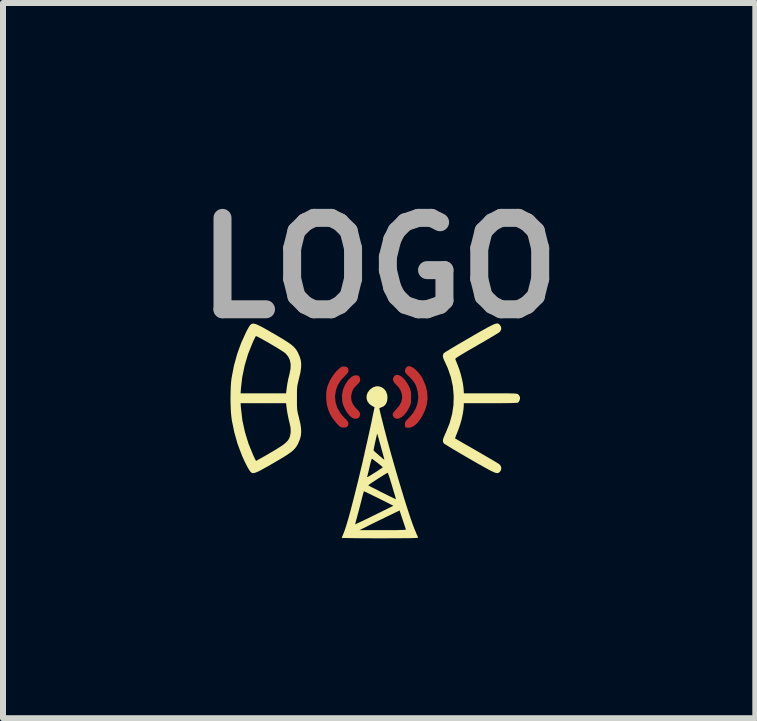
<source format=kicad_pcb>
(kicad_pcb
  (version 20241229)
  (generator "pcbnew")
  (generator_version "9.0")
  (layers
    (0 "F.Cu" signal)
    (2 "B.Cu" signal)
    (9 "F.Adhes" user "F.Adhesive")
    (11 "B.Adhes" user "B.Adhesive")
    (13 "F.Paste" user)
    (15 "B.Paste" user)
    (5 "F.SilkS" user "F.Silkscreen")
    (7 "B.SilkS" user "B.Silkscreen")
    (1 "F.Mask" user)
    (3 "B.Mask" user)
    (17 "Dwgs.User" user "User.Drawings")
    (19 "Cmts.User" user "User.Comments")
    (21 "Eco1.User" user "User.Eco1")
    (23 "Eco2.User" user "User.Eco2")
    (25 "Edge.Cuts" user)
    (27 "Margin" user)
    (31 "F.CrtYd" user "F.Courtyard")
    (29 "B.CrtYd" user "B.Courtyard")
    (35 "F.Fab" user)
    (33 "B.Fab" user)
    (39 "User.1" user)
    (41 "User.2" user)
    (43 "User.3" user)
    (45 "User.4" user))
  (footprint "LOGO"
    (layer "F.Cu")
    (at 3.198 4.043)
    (property "Reference" "LOGO" (at 0.075 -2.625 0) (layer "F.Fab") (effects (font (size 1.524 1.524) (thickness 0.3))))
    (attr board_only exclude_from_pos_files)
    (fp_poly (pts (xy -0.273 -0.829) (xy -0.252 -0.809) (xy -0.243 -0.775) (xy -0.243 -0.765) (xy -0.244 -0.742) (xy -0.251 -0.724) (xy -0.265 -0.705) (xy -0.292 -0.679) (xy -0.296 -0.675) (xy -0.346 -0.62) (xy -0.377 -0.561) (xy -0.391 -0.497) (xy -0.393 -0.471) (xy -0.386 -0.411) (xy -0.364 -0.355) (xy -0.325 -0.3) (xy -0.295 -0.269) (xy -0.267 -0.241) (xy -0.251 -0.219) (xy -0.244 -0.2) (xy -0.243 -0.184) (xy -0.251 -0.147) (xy -0.272 -0.122) (xy -0.303 -0.109) (xy -0.34 -0.111) (xy -0.376 -0.126) (xy -0.417 -0.16) (xy -0.458 -0.209) (xy -0.493 -0.267) (xy -0.522 -0.329) (xy -0.54 -0.391) (xy -0.542 -0.408) (xy -0.546 -0.501) (xy -0.53 -0.59) (xy -0.496 -0.673) (xy -0.445 -0.751) (xy -0.429 -0.769) (xy -0.388 -0.807) (xy -0.348 -0.829) (xy -0.307 -0.835)) (stroke (width 0) (type solid)) (fill yes) (layer "F.Cu"))
    (fp_poly (pts (xy 0.401 -0.838) (xy 0.438 -0.819) (xy 0.477 -0.788) (xy 0.515 -0.744) (xy 0.551 -0.689) (xy 0.572 -0.651) (xy 0.587 -0.617) (xy 0.597 -0.591) (xy 0.603 -0.566) (xy 0.606 -0.535) (xy 0.607 -0.494) (xy 0.607 -0.471) (xy 0.606 -0.422) (xy 0.604 -0.386) (xy 0.6 -0.359) (xy 0.592 -0.334) (xy 0.581 -0.308) (xy 0.538 -0.231) (xy 0.491 -0.171) (xy 0.448 -0.136) (xy 0.405 -0.113) (xy 0.368 -0.108) (xy 0.336 -0.121) (xy 0.325 -0.131) (xy 0.305 -0.157) (xy 0.3 -0.184) (xy 0.311 -0.213) (xy 0.339 -0.248) (xy 0.359 -0.268) (xy 0.411 -0.328) (xy 0.444 -0.392) (xy 0.459 -0.456) (xy 0.454 -0.521) (xy 0.431 -0.585) (xy 0.39 -0.646) (xy 0.359 -0.677) (xy 0.324 -0.714) (xy 0.307 -0.748) (xy 0.306 -0.781) (xy 0.315 -0.804) (xy 0.337 -0.832) (xy 0.366 -0.842)) (stroke (width 0) (type solid)) (fill yes) (layer "F.Cu"))
    (fp_poly (pts (xy -0.473 -0.975) (xy -0.448 -0.957) (xy -0.438 -0.926) (xy -0.437 -0.913) (xy -0.439 -0.895) (xy -0.448 -0.877) (xy -0.466 -0.855) (xy -0.496 -0.825) (xy -0.499 -0.822) (xy -0.567 -0.747) (xy -0.616 -0.669) (xy -0.646 -0.586) (xy -0.66 -0.497) (xy -0.66 -0.47) (xy -0.651 -0.379) (xy -0.622 -0.292) (xy -0.576 -0.209) (xy -0.511 -0.132) (xy -0.494 -0.115) (xy -0.464 -0.084) (xy -0.446 -0.061) (xy -0.438 -0.042) (xy -0.437 -0.033) (xy -0.444 0.005) (xy -0.465 0.028) (xy -0.499 0.038) (xy -0.508 0.038) (xy -0.539 0.035) (xy -0.566 0.028) (xy -0.57 0.026) (xy -0.595 0.007) (xy -0.627 -0.025) (xy -0.661 -0.065) (xy -0.694 -0.108) (xy -0.723 -0.151) (xy -0.744 -0.189) (xy -0.777 -0.268) (xy -0.797 -0.343) (xy -0.807 -0.422) (xy -0.809 -0.485) (xy -0.807 -0.539) (xy -0.803 -0.582) (xy -0.795 -0.621) (xy -0.782 -0.665) (xy -0.781 -0.669) (xy -0.75 -0.742) (xy -0.705 -0.817) (xy -0.652 -0.887) (xy -0.601 -0.94) (xy -0.573 -0.963) (xy -0.551 -0.976) (xy -0.527 -0.98) (xy -0.513 -0.981)) (stroke (width 0) (type solid)) (fill yes) (layer "F.Cu"))
    (fp_poly (pts (xy 0.6 -0.981) (xy 0.601 -0.981) (xy 0.638 -0.963) (xy 0.68 -0.931) (xy 0.722 -0.888) (xy 0.763 -0.837) (xy 0.798 -0.781) (xy 0.803 -0.77) (xy 0.849 -0.664) (xy 0.875 -0.557) (xy 0.882 -0.451) (xy 0.869 -0.346) (xy 0.837 -0.243) (xy 0.786 -0.142) (xy 0.767 -0.112) (xy 0.72 -0.05) (xy 0.677 -0.005) (xy 0.633 0.023) (xy 0.589 0.037) (xy 0.562 0.039) (xy 0.534 0.038) (xy 0.515 0.034) (xy 0.511 0.032) (xy 0.507 0.019) (xy 0.505 -0.005) (xy 0.505 -0.017) (xy 0.506 -0.038) (xy 0.51 -0.055) (xy 0.521 -0.073) (xy 0.541 -0.095) (xy 0.572 -0.126) (xy 0.572 -0.126) (xy 0.638 -0.202) (xy 0.686 -0.285) (xy 0.716 -0.372) (xy 0.727 -0.462) (xy 0.72 -0.553) (xy 0.695 -0.645) (xy 0.674 -0.692) (xy 0.652 -0.726) (xy 0.62 -0.766) (xy 0.581 -0.807) (xy 0.576 -0.812) (xy 0.543 -0.844) (xy 0.522 -0.866) (xy 0.511 -0.883) (xy 0.506 -0.898) (xy 0.506 -0.915) (xy 0.507 -0.918) (xy 0.516 -0.952) (xy 0.535 -0.973) (xy 0.554 -0.985) (xy 0.572 -0.987)) (stroke (width 0) (type solid)) (fill yes) (layer "F.Cu"))
    (fp_poly (pts (xy -0.273 -0.829) (xy -0.252 -0.809) (xy -0.243 -0.775) (xy -0.243 -0.765) (xy -0.244 -0.742) (xy -0.251 -0.724) (xy -0.265 -0.705) (xy -0.292 -0.679) (xy -0.296 -0.675) (xy -0.346 -0.62) (xy -0.377 -0.561) (xy -0.391 -0.497) (xy -0.393 -0.471) (xy -0.386 -0.411) (xy -0.364 -0.355) (xy -0.325 -0.3) (xy -0.295 -0.269) (xy -0.267 -0.241) (xy -0.251 -0.219) (xy -0.244 -0.2) (xy -0.243 -0.184) (xy -0.251 -0.147) (xy -0.272 -0.122) (xy -0.303 -0.109) (xy -0.34 -0.111) (xy -0.376 -0.126) (xy -0.417 -0.16) (xy -0.458 -0.209) (xy -0.493 -0.267) (xy -0.522 -0.329) (xy -0.54 -0.391) (xy -0.542 -0.408) (xy -0.546 -0.501) (xy -0.53 -0.59) (xy -0.496 -0.673) (xy -0.445 -0.751) (xy -0.429 -0.769) (xy -0.388 -0.807) (xy -0.348 -0.829) (xy -0.307 -0.835)) (stroke (width 0) (type solid)) (fill yes) (layer "F.Mask"))
    (fp_poly (pts (xy 0.401 -0.838) (xy 0.438 -0.819) (xy 0.477 -0.788) (xy 0.515 -0.744) (xy 0.551 -0.689) (xy 0.572 -0.651) (xy 0.587 -0.617) (xy 0.597 -0.591) (xy 0.603 -0.566) (xy 0.606 -0.535) (xy 0.607 -0.494) (xy 0.607 -0.471) (xy 0.606 -0.422) (xy 0.604 -0.386) (xy 0.6 -0.359) (xy 0.592 -0.334) (xy 0.581 -0.308) (xy 0.538 -0.231) (xy 0.491 -0.171) (xy 0.448 -0.136) (xy 0.405 -0.113) (xy 0.368 -0.108) (xy 0.336 -0.121) (xy 0.325 -0.131) (xy 0.305 -0.157) (xy 0.3 -0.184) (xy 0.311 -0.213) (xy 0.339 -0.248) (xy 0.359 -0.268) (xy 0.411 -0.328) (xy 0.444 -0.392) (xy 0.459 -0.456) (xy 0.454 -0.521) (xy 0.431 -0.585) (xy 0.39 -0.646) (xy 0.359 -0.677) (xy 0.324 -0.714) (xy 0.307 -0.748) (xy 0.306 -0.781) (xy 0.315 -0.804) (xy 0.337 -0.832) (xy 0.366 -0.842)) (stroke (width 0) (type solid)) (fill yes) (layer "F.Mask"))
    (fp_poly (pts (xy -0.473 -0.975) (xy -0.448 -0.957) (xy -0.438 -0.926) (xy -0.437 -0.913) (xy -0.439 -0.895) (xy -0.448 -0.877) (xy -0.466 -0.855) (xy -0.496 -0.825) (xy -0.499 -0.822) (xy -0.567 -0.747) (xy -0.616 -0.669) (xy -0.646 -0.586) (xy -0.66 -0.497) (xy -0.66 -0.47) (xy -0.651 -0.379) (xy -0.622 -0.292) (xy -0.576 -0.209) (xy -0.511 -0.132) (xy -0.494 -0.115) (xy -0.464 -0.084) (xy -0.446 -0.061) (xy -0.438 -0.042) (xy -0.437 -0.033) (xy -0.444 0.005) (xy -0.465 0.028) (xy -0.499 0.038) (xy -0.508 0.038) (xy -0.539 0.035) (xy -0.566 0.028) (xy -0.57 0.026) (xy -0.595 0.007) (xy -0.627 -0.025) (xy -0.661 -0.065) (xy -0.694 -0.108) (xy -0.723 -0.151) (xy -0.744 -0.189) (xy -0.777 -0.268) (xy -0.797 -0.343) (xy -0.807 -0.422) (xy -0.809 -0.485) (xy -0.807 -0.539) (xy -0.803 -0.582) (xy -0.795 -0.621) (xy -0.782 -0.665) (xy -0.781 -0.669) (xy -0.75 -0.742) (xy -0.705 -0.817) (xy -0.652 -0.887) (xy -0.601 -0.94) (xy -0.573 -0.963) (xy -0.551 -0.976) (xy -0.527 -0.98) (xy -0.513 -0.981)) (stroke (width 0) (type solid)) (fill yes) (layer "F.Mask"))
    (fp_poly (pts (xy 0.6 -0.981) (xy 0.601 -0.981) (xy 0.638 -0.963) (xy 0.68 -0.931) (xy 0.722 -0.888) (xy 0.763 -0.837) (xy 0.798 -0.781) (xy 0.803 -0.77) (xy 0.849 -0.664) (xy 0.875 -0.557) (xy 0.882 -0.451) (xy 0.869 -0.346) (xy 0.837 -0.243) (xy 0.786 -0.142) (xy 0.767 -0.112) (xy 0.72 -0.05) (xy 0.677 -0.005) (xy 0.633 0.023) (xy 0.589 0.037) (xy 0.562 0.039) (xy 0.534 0.038) (xy 0.515 0.034) (xy 0.511 0.032) (xy 0.507 0.019) (xy 0.505 -0.005) (xy 0.505 -0.017) (xy 0.506 -0.038) (xy 0.51 -0.055) (xy 0.521 -0.073) (xy 0.541 -0.095) (xy 0.572 -0.126) (xy 0.572 -0.126) (xy 0.638 -0.202) (xy 0.686 -0.285) (xy 0.716 -0.372) (xy 0.727 -0.462) (xy 0.72 -0.553) (xy 0.695 -0.645) (xy 0.674 -0.692) (xy 0.652 -0.726) (xy 0.62 -0.766) (xy 0.581 -0.807) (xy 0.576 -0.812) (xy 0.543 -0.844) (xy 0.522 -0.866) (xy 0.511 -0.883) (xy 0.506 -0.898) (xy 0.506 -0.915) (xy 0.507 -0.918) (xy 0.516 -0.952) (xy 0.535 -0.973) (xy 0.554 -0.985) (xy 0.572 -0.987)) (stroke (width 0) (type solid)) (fill yes) (layer "F.Mask"))
    (fp_poly (pts (xy 2.06 -1.696) (xy 2.072 -1.69) (xy 2.082 -1.68) (xy 2.088 -1.675) (xy 2.108 -1.641) (xy 2.111 -1.604) (xy 2.095 -1.57) (xy 2.082 -1.555) (xy 2.067 -1.544) (xy 2.038 -1.526) (xy 1.995 -1.5) (xy 1.941 -1.468) (xy 1.879 -1.431) (xy 1.809 -1.39) (xy 1.733 -1.347) (xy 1.696 -1.325) (xy 1.602 -1.271) (xy 1.523 -1.225) (xy 1.461 -1.188) (xy 1.412 -1.158) (xy 1.377 -1.136) (xy 1.355 -1.12) (xy 1.345 -1.11) (xy 1.344 -1.107) (xy 1.35 -1.092) (xy 1.361 -1.064) (xy 1.375 -1.027) (xy 1.384 -1.006) (xy 1.411 -0.934) (xy 1.436 -0.852) (xy 1.457 -0.768) (xy 1.473 -0.688) (xy 1.482 -0.618) (xy 1.482 -0.615) (xy 1.488 -0.534) (xy 1.932 -0.534) (xy 2.036 -0.534) (xy 2.123 -0.534) (xy 2.193 -0.534) (xy 2.25 -0.533) (xy 2.294 -0.532) (xy 2.327 -0.531) (xy 2.352 -0.529) (xy 2.369 -0.527) (xy 2.38 -0.524) (xy 2.388 -0.521) (xy 2.394 -0.516) (xy 2.396 -0.514) (xy 2.414 -0.491) (xy 2.423 -0.47) (xy 2.424 -0.441) (xy 2.413 -0.409) (xy 2.396 -0.384) (xy 2.388 -0.378) (xy 2.374 -0.376) (xy 2.342 -0.374) (xy 2.294 -0.372) (xy 2.231 -0.371) (xy 2.154 -0.37) (xy 2.064 -0.369) (xy 1.964 -0.369) (xy 1.928 -0.369) (xy 1.486 -0.369) (xy 1.486 -0.327) (xy 1.481 -0.264) (xy 1.469 -0.188) (xy 1.451 -0.104) (xy 1.427 -0.018) (xy 1.398 0.067) (xy 1.372 0.134) (xy 1.357 0.17) (xy 1.347 0.198) (xy 1.341 0.215) (xy 1.341 0.218) (xy 1.35 0.223) (xy 1.374 0.237) (xy 1.411 0.259) (xy 1.46 0.287) (xy 1.519 0.321) (xy 1.586 0.359) (xy 1.659 0.401) (xy 1.704 0.427) (xy 1.781 0.472) (xy 1.853 0.514) (xy 1.919 0.552) (xy 1.976 0.586) (xy 2.024 0.614) (xy 2.059 0.636) (xy 2.079 0.649) (xy 2.084 0.653) (xy 2.106 0.684) (xy 2.112 0.72) (xy 2.103 0.755) (xy 2.08 0.783) (xy 2.069 0.79) (xy 2.057 0.795) (xy 2.044 0.797) (xy 2.027 0.795) (xy 2.004 0.788) (xy 1.976 0.776) (xy 1.939 0.759) (xy 1.893 0.734) (xy 1.836 0.703) (xy 1.767 0.664) (xy 1.683 0.617) (xy 1.585 0.56) (xy 1.582 0.559) (xy 1.5 0.511) (xy 1.423 0.466) (xy 1.352 0.424) (xy 1.289 0.386) (xy 1.236 0.354) (xy 1.194 0.328) (xy 1.166 0.31) (xy 1.153 0.301) (xy 1.153 0.3) (xy 1.142 0.281) (xy 1.138 0.26) (xy 1.141 0.231) (xy 1.154 0.194) (xy 1.175 0.144) (xy 1.189 0.115) (xy 1.249 -0.033) (xy 1.291 -0.185) (xy 1.314 -0.339) (xy 1.318 -0.494) (xy 1.304 -0.649) (xy 1.271 -0.802) (xy 1.22 -0.951) (xy 1.179 -1.041) (xy 1.154 -1.094) (xy 1.14 -1.135) (xy 1.138 -1.166) (xy 1.145 -1.191) (xy 1.153 -1.203) (xy 1.165 -1.212) (xy 1.191 -1.229) (xy 1.232 -1.254) (xy 1.284 -1.286) (xy 1.346 -1.323) (xy 1.416 -1.364) (xy 1.493 -1.409) (xy 1.575 -1.457) (xy 1.583 -1.461) (xy 1.682 -1.519) (xy 1.766 -1.567) (xy 1.836 -1.606) (xy 1.894 -1.638) (xy 1.941 -1.662) (xy 1.978 -1.68) (xy 2.007 -1.692) (xy 2.029 -1.698) (xy 2.047 -1.699)) (stroke (width 0) (type solid)) (fill yes) (layer "F.SilkS"))
    (fp_poly (pts (xy -2.002 -1.694) (xy -1.968 -1.683) (xy -1.925 -1.663) (xy -1.871 -1.635) (xy -1.804 -1.598) (xy -1.723 -1.551) (xy -1.697 -1.537) (xy -1.607 -1.484) (xy -1.531 -1.439) (xy -1.47 -1.4) (xy -1.42 -1.367) (xy -1.38 -1.337) (xy -1.348 -1.308) (xy -1.323 -1.281) (xy -1.302 -1.252) (xy -1.284 -1.222) (xy -1.275 -1.203) (xy -1.249 -1.142) (xy -1.232 -1.085) (xy -1.225 -1.025) (xy -1.227 -0.961) (xy -1.237 -0.887) (xy -1.257 -0.801) (xy -1.26 -0.788) (xy -1.272 -0.739) (xy -1.281 -0.7) (xy -1.288 -0.666) (xy -1.292 -0.633) (xy -1.295 -0.597) (xy -1.296 -0.553) (xy -1.296 -0.497) (xy -1.296 -0.451) (xy -1.296 -0.385) (xy -1.296 -0.334) (xy -1.294 -0.293) (xy -1.291 -0.258) (xy -1.286 -0.226) (xy -1.279 -0.191) (xy -1.268 -0.149) (xy -1.26 -0.115) (xy -1.239 -0.027) (xy -1.228 0.048) (xy -1.225 0.114) (xy -1.231 0.173) (xy -1.246 0.231) (xy -1.271 0.291) (xy -1.275 0.301) (xy -1.292 0.333) (xy -1.311 0.362) (xy -1.333 0.39) (xy -1.36 0.417) (xy -1.394 0.446) (xy -1.438 0.477) (xy -1.491 0.512) (xy -1.558 0.553) (xy -1.638 0.6) (xy -1.696 0.634) (xy -1.777 0.681) (xy -1.844 0.718) (xy -1.898 0.748) (xy -1.941 0.77) (xy -1.975 0.784) (xy -2.001 0.793) (xy -2.021 0.797) (xy -2.037 0.795) (xy -2.052 0.79) (xy -2.06 0.786) (xy -2.074 0.771) (xy -2.094 0.742) (xy -2.118 0.701) (xy -2.145 0.65) (xy -2.173 0.593) (xy -2.2 0.533) (xy -2.214 0.501) (xy -2.286 0.311) (xy -2.341 0.116) (xy -2.383 -0.089) (xy -2.385 -0.107) (xy -2.393 -0.173) (xy -2.399 -0.254) (xy -2.402 -0.345) (xy -2.403 -0.369) (xy -2.236 -0.369) (xy -2.229 -0.279) (xy -2.206 -0.083) (xy -2.163 0.113) (xy -2.103 0.308) (xy -2.025 0.499) (xy -2.021 0.507) (xy -2.004 0.544) (xy -1.99 0.572) (xy -1.98 0.589) (xy -1.977 0.592) (xy -1.968 0.588) (xy -1.944 0.574) (xy -1.908 0.554) (xy -1.861 0.528) (xy -1.807 0.497) (xy -1.747 0.462) (xy -1.746 0.461) (xy -1.663 0.413) (xy -1.596 0.371) (xy -1.542 0.336) (xy -1.501 0.305) (xy -1.469 0.276) (xy -1.445 0.249) (xy -1.428 0.222) (xy -1.416 0.193) (xy -1.414 0.188) (xy -1.4 0.12) (xy -1.402 0.043) (xy -1.418 -0.034) (xy -1.435 -0.103) (xy -1.451 -0.182) (xy -1.465 -0.263) (xy -1.471 -0.313) (xy -1.477 -0.369) (xy -2.236 -0.369) (xy -2.403 -0.369) (xy -2.404 -0.441) (xy -2.403 -0.534) (xy -2.236 -0.534) (xy -1.477 -0.534) (xy -1.471 -0.59) (xy -1.458 -0.685) (xy -1.441 -0.774) (xy -1.421 -0.854) (xy -1.403 -0.943) (xy -1.401 -1.02) (xy -1.414 -1.088) (xy -1.443 -1.148) (xy -1.485 -1.198) (xy -1.502 -1.212) (xy -1.532 -1.232) (xy -1.572 -1.258) (xy -1.62 -1.288) (xy -1.674 -1.32) (xy -1.729 -1.353) (xy -1.785 -1.386) (xy -1.839 -1.416) (xy -1.887 -1.443) (xy -1.928 -1.465) (xy -1.959 -1.481) (xy -1.978 -1.488) (xy -1.982 -1.488) (xy -1.988 -1.477) (xy -2.001 -1.451) (xy -2.018 -1.416) (xy -2.037 -1.374) (xy -2.112 -1.187) (xy -2.169 -0.994) (xy -2.209 -0.799) (xy -2.229 -0.624) (xy -2.236 -0.534) (xy -2.403 -0.534) (xy -2.403 -0.537) (xy -2.4 -0.63) (xy -2.395 -0.713) (xy -2.387 -0.783) (xy -2.385 -0.796) (xy -2.346 -0.998) (xy -2.292 -1.193) (xy -2.224 -1.38) (xy -2.144 -1.555) (xy -2.121 -1.599) (xy -2.102 -1.633) (xy -2.085 -1.66) (xy -2.069 -1.68) (xy -2.051 -1.692) (xy -2.029 -1.697)) (stroke (width 0) (type solid)) (fill yes) (layer "F.SilkS"))
    (fp_poly (pts (xy 0.117 -0.635) (xy 0.157 -0.607) (xy 0.188 -0.567) (xy 0.208 -0.515) (xy 0.214 -0.464) (xy 0.207 -0.402) (xy 0.186 -0.353) (xy 0.152 -0.318) (xy 0.106 -0.298) (xy 0.104 -0.297) (xy 0.085 -0.29) (xy 0.078 -0.283) (xy 0.08 -0.269) (xy 0.087 -0.24) (xy 0.097 -0.197) (xy 0.11 -0.143) (xy 0.126 -0.081) (xy 0.143 -0.013) (xy 0.161 0.058) (xy 0.18 0.13) (xy 0.198 0.199) (xy 0.215 0.263) (xy 0.228 0.311) (xy 0.273 0.475) (xy 0.319 0.636) (xy 0.364 0.793) (xy 0.409 0.945) (xy 0.453 1.09) (xy 0.494 1.226) (xy 0.534 1.352) (xy 0.571 1.467) (xy 0.605 1.568) (xy 0.636 1.655) (xy 0.663 1.726) (xy 0.682 1.772) (xy 0.698 1.811) (xy 0.713 1.843) (xy 0.722 1.865) (xy 0.725 1.872) (xy 0.723 1.874) (xy 0.712 1.876) (xy 0.692 1.878) (xy 0.662 1.879) (xy 0.62 1.881) (xy 0.566 1.882) (xy 0.498 1.882) (xy 0.414 1.883) (xy 0.315 1.883) (xy 0.198 1.884) (xy 0.088 1.884) (xy -0.022 1.884) (xy -0.126 1.883) (xy -0.222 1.883) (xy -0.309 1.882) (xy -0.385 1.881) (xy -0.448 1.88) (xy -0.498 1.879) (xy -0.532 1.878) (xy -0.55 1.877) (xy -0.551 1.876) (xy -0.532 1.834) (xy -0.512 1.783) (xy -0.499 1.748) (xy -0.254 1.748) (xy 0.136 1.748) (xy 0.237 1.748) (xy 0.32 1.747) (xy 0.386 1.747) (xy 0.437 1.745) (xy 0.475 1.744) (xy 0.501 1.742) (xy 0.516 1.74) (xy 0.521 1.737) (xy 0.521 1.736) (xy 0.517 1.723) (xy 0.507 1.695) (xy 0.494 1.655) (xy 0.477 1.607) (xy 0.466 1.572) (xy 0.415 1.42) (xy 0.249 1.5) (xy 0.181 1.533) (xy 0.103 1.571) (xy 0.023 1.61) (xy -0.052 1.647) (xy -0.086 1.664) (xy -0.254 1.748) (xy -0.499 1.748) (xy -0.49 1.722) (xy -0.467 1.65) (xy -0.325 1.65) (xy -0.325 1.651) (xy -0.316 1.647) (xy -0.293 1.636) (xy -0.26 1.621) (xy -0.232 1.608) (xy -0.197 1.592) (xy -0.149 1.568) (xy -0.091 1.54) (xy -0.026 1.508) (xy 0.041 1.475) (xy 0.086 1.453) (xy 0.312 1.341) (xy 0.068 1.218) (xy 0.004 1.187) (xy -0.053 1.159) (xy -0.102 1.135) (xy -0.141 1.116) (xy -0.168 1.104) (xy -0.18 1.099) (xy -0.18 1.099) (xy -0.183 1.109) (xy -0.19 1.135) (xy -0.201 1.173) (xy -0.213 1.22) (xy -0.222 1.257) (xy -0.239 1.322) (xy -0.257 1.392) (xy -0.275 1.459) (xy -0.291 1.517) (xy -0.294 1.532) (xy -0.307 1.576) (xy -0.316 1.613) (xy -0.323 1.639) (xy -0.325 1.65) (xy -0.467 1.65) (xy -0.467 1.648) (xy -0.441 1.562) (xy -0.413 1.461) (xy -0.382 1.343) (xy -0.347 1.208) (xy -0.345 1.199) (xy -0.324 1.116) (xy -0.302 1.027) (xy -0.295 1) (xy -0.107 1) (xy -0.099 1.005) (xy -0.076 1.018) (xy -0.041 1.036) (xy 0.003 1.058) (xy 0.054 1.084) (xy 0.108 1.112) (xy 0.163 1.139) (xy 0.216 1.166) (xy 0.265 1.19) (xy 0.307 1.21) (xy 0.338 1.225) (xy 0.355 1.233) (xy 0.353 1.224) (xy 0.346 1.199) (xy 0.335 1.161) (xy 0.32 1.111) (xy 0.303 1.054) (xy 0.291 1.012) (xy 0.272 0.95) (xy 0.255 0.895) (xy 0.24 0.849) (xy 0.228 0.815) (xy 0.22 0.795) (xy 0.217 0.791) (xy 0.206 0.796) (xy 0.183 0.81) (xy 0.149 0.83) (xy 0.109 0.856) (xy 0.065 0.883) (xy 0.02 0.912) (xy -0.022 0.94) (xy -0.059 0.964) (xy -0.087 0.984) (xy -0.104 0.997) (xy -0.107 1) (xy -0.295 1) (xy -0.279 0.936) (xy -0.261 0.86) (xy -0.126 0.86) (xy -0.123 0.863) (xy -0.114 0.86) (xy -0.096 0.85) (xy -0.068 0.833) (xy -0.027 0.807) (xy 0.014 0.782) (xy 0.056 0.754) (xy 0.092 0.73) (xy 0.119 0.712) (xy 0.134 0.701) (xy 0.135 0.699) (xy 0.128 0.692) (xy 0.109 0.675) (xy 0.082 0.653) (xy 0.051 0.628) (xy 0.018 0.603) (xy -0.011 0.581) (xy -0.033 0.564) (xy -0.045 0.556) (xy -0.046 0.556) (xy -0.051 0.564) (xy -0.058 0.588) (xy -0.069 0.624) (xy -0.08 0.67) (xy -0.086 0.697) (xy -0.098 0.748) (xy -0.109 0.793) (xy -0.117 0.827) (xy -0.123 0.849) (xy -0.124 0.853) (xy -0.126 0.86) (xy -0.261 0.86) (xy -0.257 0.844) (xy -0.236 0.756) (xy -0.216 0.672) (xy -0.198 0.597) (xy -0.184 0.533) (xy -0.172 0.483) (xy -0.166 0.451) (xy -0.161 0.429) (xy -0.158 0.417) (xy -0.019 0.417) (xy -0.012 0.425) (xy 0.006 0.443) (xy 0.032 0.466) (xy 0.063 0.493) (xy 0.095 0.52) (xy 0.124 0.544) (xy 0.147 0.563) (xy 0.16 0.572) (xy 0.162 0.573) (xy 0.16 0.564) (xy 0.154 0.541) (xy 0.145 0.507) (xy 0.14 0.488) (xy 0.128 0.445) (xy 0.113 0.39) (xy 0.097 0.331) (xy 0.081 0.273) (xy 0.08 0.27) (xy 0.067 0.223) (xy 0.056 0.183) (xy 0.048 0.154) (xy 0.043 0.14) (xy 0.042 0.139) (xy 0.039 0.149) (xy 0.033 0.174) (xy 0.025 0.209) (xy 0.015 0.251) (xy 0.005 0.296) (xy -0.004 0.339) (xy -0.012 0.376) (xy -0.017 0.404) (xy -0.019 0.417) (xy -0.019 0.417) (xy -0.158 0.417) (xy -0.152 0.391) (xy -0.142 0.344) (xy -0.129 0.29) (xy -0.122 0.257) (xy -0.108 0.196) (xy -0.092 0.123) (xy -0.074 0.043) (xy -0.057 -0.036) (xy -0.044 -0.1) (xy -0.002 -0.302) (xy -0.037 -0.32) (xy -0.086 -0.354) (xy -0.119 -0.397) (xy -0.135 -0.445) (xy -0.134 -0.497) (xy -0.117 -0.547) (xy -0.081 -0.594) (xy -0.076 -0.599) (xy -0.029 -0.633) (xy 0.021 -0.65) (xy 0.071 -0.65)) (stroke (width 0) (type solid)) (fill yes) (layer "F.SilkS")))
  (gr_rect
    (start -3 -3)
    (end 9.546 8.927)
    (stroke (width 0.1) (type default))
    (fill no)
    (layer "Edge.Cuts")))
</source>
